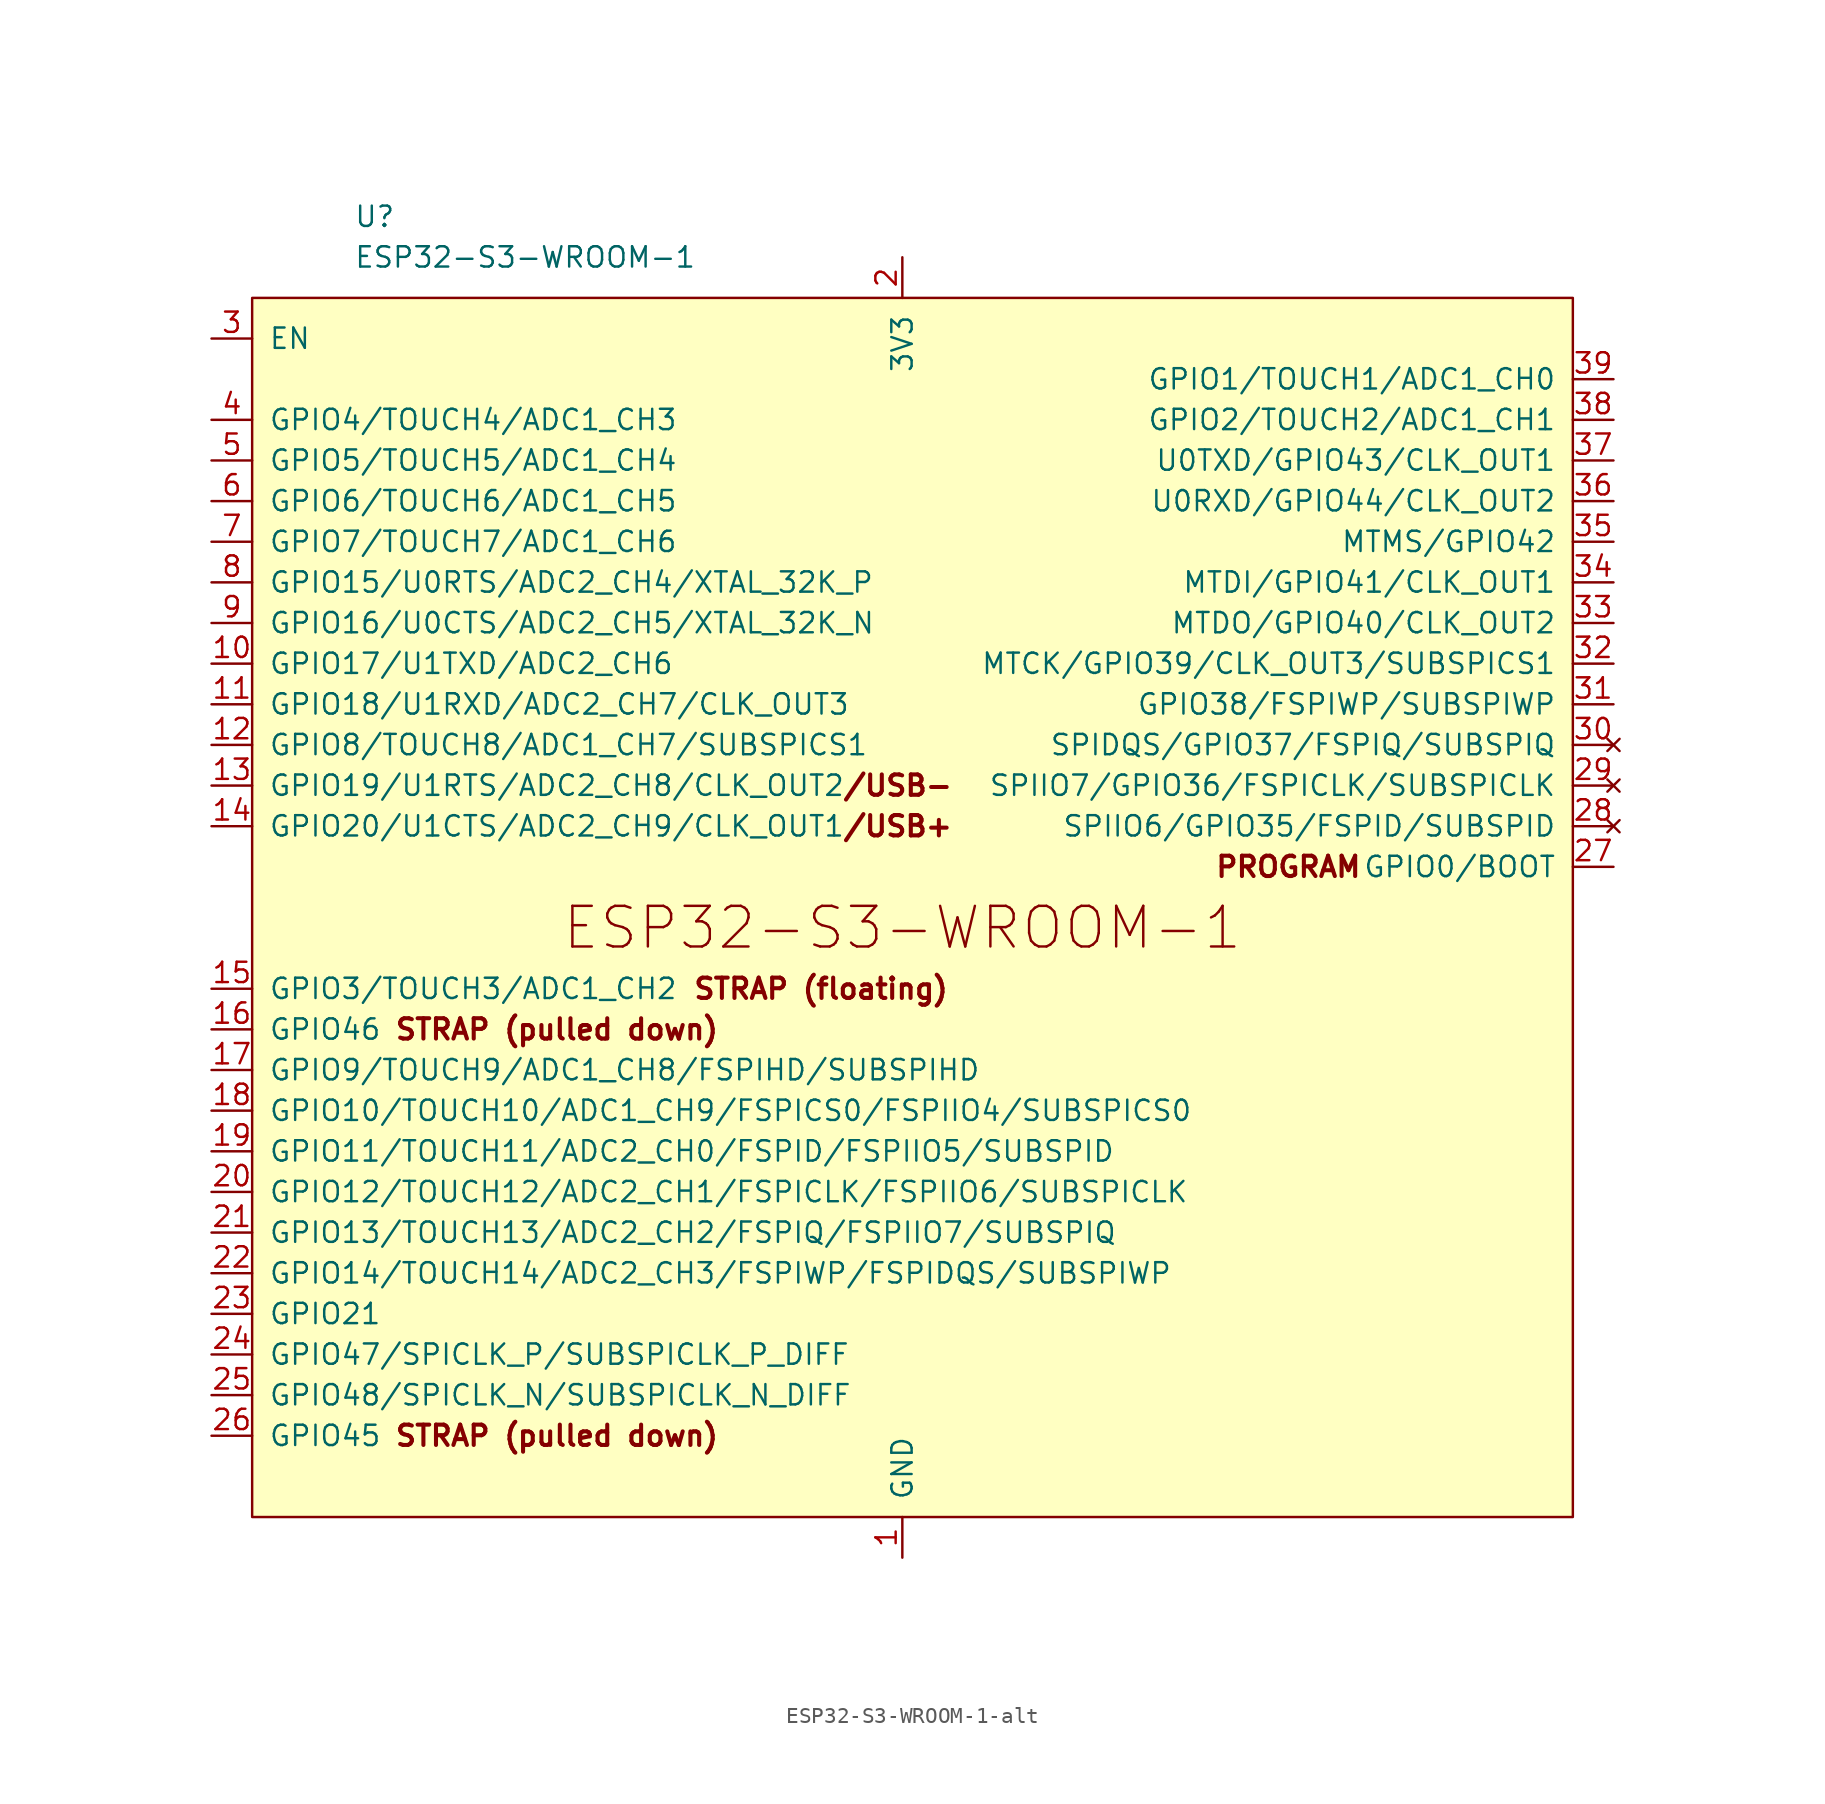
<source format=kicad_sym>
(kicad_symbol_lib
  (version 20220914)
  (generator kicad_symbol_editor)
  (symbol "ESP32-S3-WROOM-1-alt"
    (pin_names
      (offset 1.016))
    (property "Reference" "U"
      (at -34.29 43.18 0)
      (effects (font (size 1.27 1.27)) (justify left)))
    (property "Value" "ESP32-S3-WROOM-1"
      (at -34.29 40.64 0)
      (effects (font (size 1.27 1.27)) (justify left)))
    (symbol "ESP32-S3-WROOM-1-alt_0_0"
      (text "ESP32-S3-WROOM-1" (at 0 -1.27 0) (effects (font (size 2.54 2.54))))
      (pin power_in line (at 0 -40.64 90) (length 2.54) (name "GND" (effects (font (size 1.27 1.27)))) (number "1" (effects (font (size 1.27 1.27)))))
      (pin bidirectional line (at -43.18 15.24 0) (length 2.54) (name "GPIO17/U1TXD/ADC2_CH6" (effects (font (size 1.27 1.27)))) (number "10" (effects (font (size 1.27 1.27)))))
      (pin bidirectional line (at -43.18 12.7 0) (length 2.54) (name "GPIO18/U1RXD/ADC2_CH7/CLK_OUT3" (effects (font (size 1.27 1.27)))) (number "11" (effects (font (size 1.27 1.27)))))
      (pin bidirectional line (at -43.18 10.16 0) (length 2.54) (name "GPIO8/TOUCH8/ADC1_CH7/SUBSPICS1" (effects (font (size 1.27 1.27)))) (number "12" (effects (font (size 1.27 1.27)))))
      (pin bidirectional line (at -43.18 -5.08 0) (length 2.54) (name "GPIO3/TOUCH3/ADC1_CH2" (effects (font (size 1.27 1.27)))) (number "15" (effects (font (size 1.27 1.27)))))
      (pin bidirectional line (at -43.18 -7.62 0) (length 2.54) (name "GPIO46" (effects (font (size 1.27 1.27)))) (number "16" (effects (font (size 1.27 1.27)))))
      (pin bidirectional line (at -43.18 -10.16 0) (length 2.54) (name "GPIO9/TOUCH9/ADC1_CH8/FSPIHD/SUBSPIHD" (effects (font (size 1.27 1.27)))) (number "17" (effects (font (size 1.27 1.27)))))
      (pin bidirectional line (at -43.18 -12.7 0) (length 2.54) (name "GPIO10/TOUCH10/ADC1_CH9/FSPICS0/FSPIIO4/SUBSPICS0" (effects (font (size 1.27 1.27)))) (number "18" (effects (font (size 1.27 1.27)))))
      (pin bidirectional line (at -43.18 -15.24 0) (length 2.54) (name "GPIO11/TOUCH11/ADC2_CH0/FSPID/FSPIIO5/SUBSPID" (effects (font (size 1.27 1.27)))) (number "19" (effects (font (size 1.27 1.27)))))
      (pin power_in line (at 0 40.64 270) (length 2.54) (name "3V3" (effects (font (size 1.27 1.27)))) (number "2" (effects (font (size 1.27 1.27)))))
      (pin bidirectional line (at -43.18 -17.78 0) (length 2.54) (name "GPIO12/TOUCH12/ADC2_CH1/FSPICLK/FSPIIO6/SUBSPICLK" (effects (font (size 1.27 1.27)))) (number "20" (effects (font (size 1.27 1.27)))))
      (pin bidirectional line (at -43.18 -20.32 0) (length 2.54) (name "GPIO13/TOUCH13/ADC2_CH2/FSPIQ/FSPIIO7/SUBSPIQ" (effects (font (size 1.27 1.27)))) (number "21" (effects (font (size 1.27 1.27)))))
      (pin bidirectional line (at -43.18 -22.86 0) (length 2.54) (name "GPIO14/TOUCH14/ADC2_CH3/FSPIWP/FSPIDQS/SUBSPIWP" (effects (font (size 1.27 1.27)))) (number "22" (effects (font (size 1.27 1.27)))))
      (pin bidirectional line (at -43.18 -25.4 0) (length 2.54) (name "GPIO21" (effects (font (size 1.27 1.27)))) (number "23" (effects (font (size 1.27 1.27)))))
      (pin bidirectional line (at -43.18 -27.94 0) (length 2.54) (name "GPIO47/SPICLK_P/SUBSPICLK_P_DIFF" (effects (font (size 1.27 1.27)))) (number "24" (effects (font (size 1.27 1.27)))))
      (pin bidirectional line (at -43.18 -30.48 0) (length 2.54) (name "GPIO48/SPICLK_N/SUBSPICLK_N_DIFF" (effects (font (size 1.27 1.27)))) (number "25" (effects (font (size 1.27 1.27)))))
      (pin bidirectional line (at -43.18 -33.02 0) (length 2.54) (name "GPIO45" (effects (font (size 1.27 1.27)))) (number "26" (effects (font (size 1.27 1.27)))))
      (pin bidirectional line (at 44.45 2.54 180) (length 2.54) (name "GPIO0/BOOT" (effects (font (size 1.27 1.27)))) (number "27" (effects (font (size 1.27 1.27)))))
      (pin input line (at -43.18 35.56 0) (length 2.54) (name "EN" (effects (font (size 1.27 1.27)))) (number "3" (effects (font (size 1.27 1.27)))))
      (pin bidirectional line (at 44.45 12.7 180) (length 2.54) (name "GPIO38/FSPIWP/SUBSPIWP" (effects (font (size 1.27 1.27)))) (number "31" (effects (font (size 1.27 1.27)))))
      (pin bidirectional line (at 44.45 15.24 180) (length 2.54) (name "MTCK/GPIO39/CLK_OUT3/SUBSPICS1" (effects (font (size 1.27 1.27)))) (number "32" (effects (font (size 1.27 1.27)))))
      (pin bidirectional line (at 44.45 17.78 180) (length 2.54) (name "MTDO/GPIO40/CLK_OUT2" (effects (font (size 1.27 1.27)))) (number "33" (effects (font (size 1.27 1.27)))))
      (pin bidirectional line (at 44.45 20.32 180) (length 2.54) (name "MTDI/GPIO41/CLK_OUT1" (effects (font (size 1.27 1.27)))) (number "34" (effects (font (size 1.27 1.27)))))
      (pin bidirectional line (at 44.45 22.86 180) (length 2.54) (name "MTMS/GPIO42" (effects (font (size 1.27 1.27)))) (number "35" (effects (font (size 1.27 1.27)))))
      (pin bidirectional line (at 44.45 25.4 180) (length 2.54) (name "U0RXD/GPIO44/CLK_OUT2" (effects (font (size 1.27 1.27)))) (number "36" (effects (font (size 1.27 1.27)))))
      (pin bidirectional line (at 44.45 27.94 180) (length 2.54) (name "U0TXD/GPIO43/CLK_OUT1" (effects (font (size 1.27 1.27)))) (number "37" (effects (font (size 1.27 1.27)))))
      (pin bidirectional line (at 44.45 30.48 180) (length 2.54) (name "GPIO2/TOUCH2/ADC1_CH1" (effects (font (size 1.27 1.27)))) (number "38" (effects (font (size 1.27 1.27)))))
      (pin bidirectional line (at 44.45 33.02 180) (length 2.54) (name "GPIO1/TOUCH1/ADC1_CH0" (effects (font (size 1.27 1.27)))) (number "39" (effects (font (size 1.27 1.27)))))
      (pin bidirectional line (at -43.18 30.48 0) (length 2.54) (name "GPIO4/TOUCH4/ADC1_CH3" (effects (font (size 1.27 1.27)))) (number "4" (effects (font (size 1.27 1.27)))))
      (pin passive line (at 0 -40.64 90) (length 2.54) hide (name "GND" (effects (font (size 1.27 1.27)))) (number "40" (effects (font (size 1.27 1.27)))))
      (pin passive line (at 0 -40.64 90) (length 2.54) hide (name "GND" (effects (font (size 1.27 1.27)))) (number "41" (effects (font (size 1.27 1.27)))))
      (pin bidirectional line (at -43.18 27.94 0) (length 2.54) (name "GPIO5/TOUCH5/ADC1_CH4" (effects (font (size 1.27 1.27)))) (number "5" (effects (font (size 1.27 1.27)))))
      (pin bidirectional line (at -43.18 25.4 0) (length 2.54) (name "GPIO6/TOUCH6/ADC1_CH5" (effects (font (size 1.27 1.27)))) (number "6" (effects (font (size 1.27 1.27)))))
      (pin bidirectional line (at -43.18 22.86 0) (length 2.54) (name "GPIO7/TOUCH7/ADC1_CH6" (effects (font (size 1.27 1.27)))) (number "7" (effects (font (size 1.27 1.27)))))
      (pin bidirectional line (at -43.18 20.32 0) (length 2.54) (name "GPIO15/U0RTS/ADC2_CH4/XTAL_32K_P" (effects (font (size 1.27 1.27)))) (number "8" (effects (font (size 1.27 1.27)))))
      (pin bidirectional line (at -43.18 17.78 0) (length 2.54) (name "GPIO16/U0CTS/ADC2_CH5/XTAL_32K_N" (effects (font (size 1.27 1.27)))) (number "9" (effects (font (size 1.27 1.27))))))
    (symbol "ESP32-S3-WROOM-1-alt_0_1"
      (rectangle (start -40.64 38.1) (end 41.91 -38.1) (stroke (width 0) (type default)) (fill (type background))))
    (symbol "ESP32-S3-WROOM-1-alt_1_0"
      (pin bidirectional line (at -43.18 7.62 0) (length 2.54) (name "GPIO19/U1RTS/ADC2_CH8/CLK_OUT2" (effects (font (size 1.27 1.27)))) (number "13" (effects (font (size 1.27 1.27)))))
      (pin bidirectional line (at -43.18 5.08 0) (length 2.54) (name "GPIO20/U1CTS/ADC2_CH9/CLK_OUT1" (effects (font (size 1.27 1.27)))) (number "14" (effects (font (size 1.27 1.27)))))
      (pin no_connect line (at 44.45 5.08 180) (length 2.54) (name "SPIIO6/GPIO35/FSPID/SUBSPID" (effects (font (size 1.27 1.27)))) (number "28" (effects (font (size 1.27 1.27)))))
      (pin no_connect line (at 44.45 7.62 180) (length 2.54) (name "SPIIO7/GPIO36/FSPICLK/SUBSPICLK" (effects (font (size 1.27 1.27)))) (number "29" (effects (font (size 1.27 1.27)))))
      (pin no_connect line (at 44.45 10.16 180) (length 2.54) (name "SPIDQS/GPIO37/FSPIQ/SUBSPIQ" (effects (font (size 1.27 1.27)))) (number "30" (effects (font (size 1.27 1.27))))))
    (symbol "ESP32-S3-WROOM-1-alt_1_1"
      (text "/USB+" (at -3.81 5.08 0) (effects (font (size 1.27 1.27) bold) (justify left)))
      (text "/USB-" (at -3.81 7.62 0) (effects (font (size 1.27 1.27) bold) (justify left)))
      (text "PROGRAM" (at 24.13 2.54 0) (effects (font (size 1.27 1.27) bold)))
      (text "STRAP (floating)" (at -5.08 -5.08 0) (effects (font (size 1.27 1.27) bold)))
      (text "STRAP (pulled down)" (at -21.59 -33.02 0) (effects (font (size 1.27 1.27) bold)))
      (text "STRAP (pulled down)" (at -21.59 -7.62 0) (effects (font (size 1.27 1.27) bold))))))
</source>
